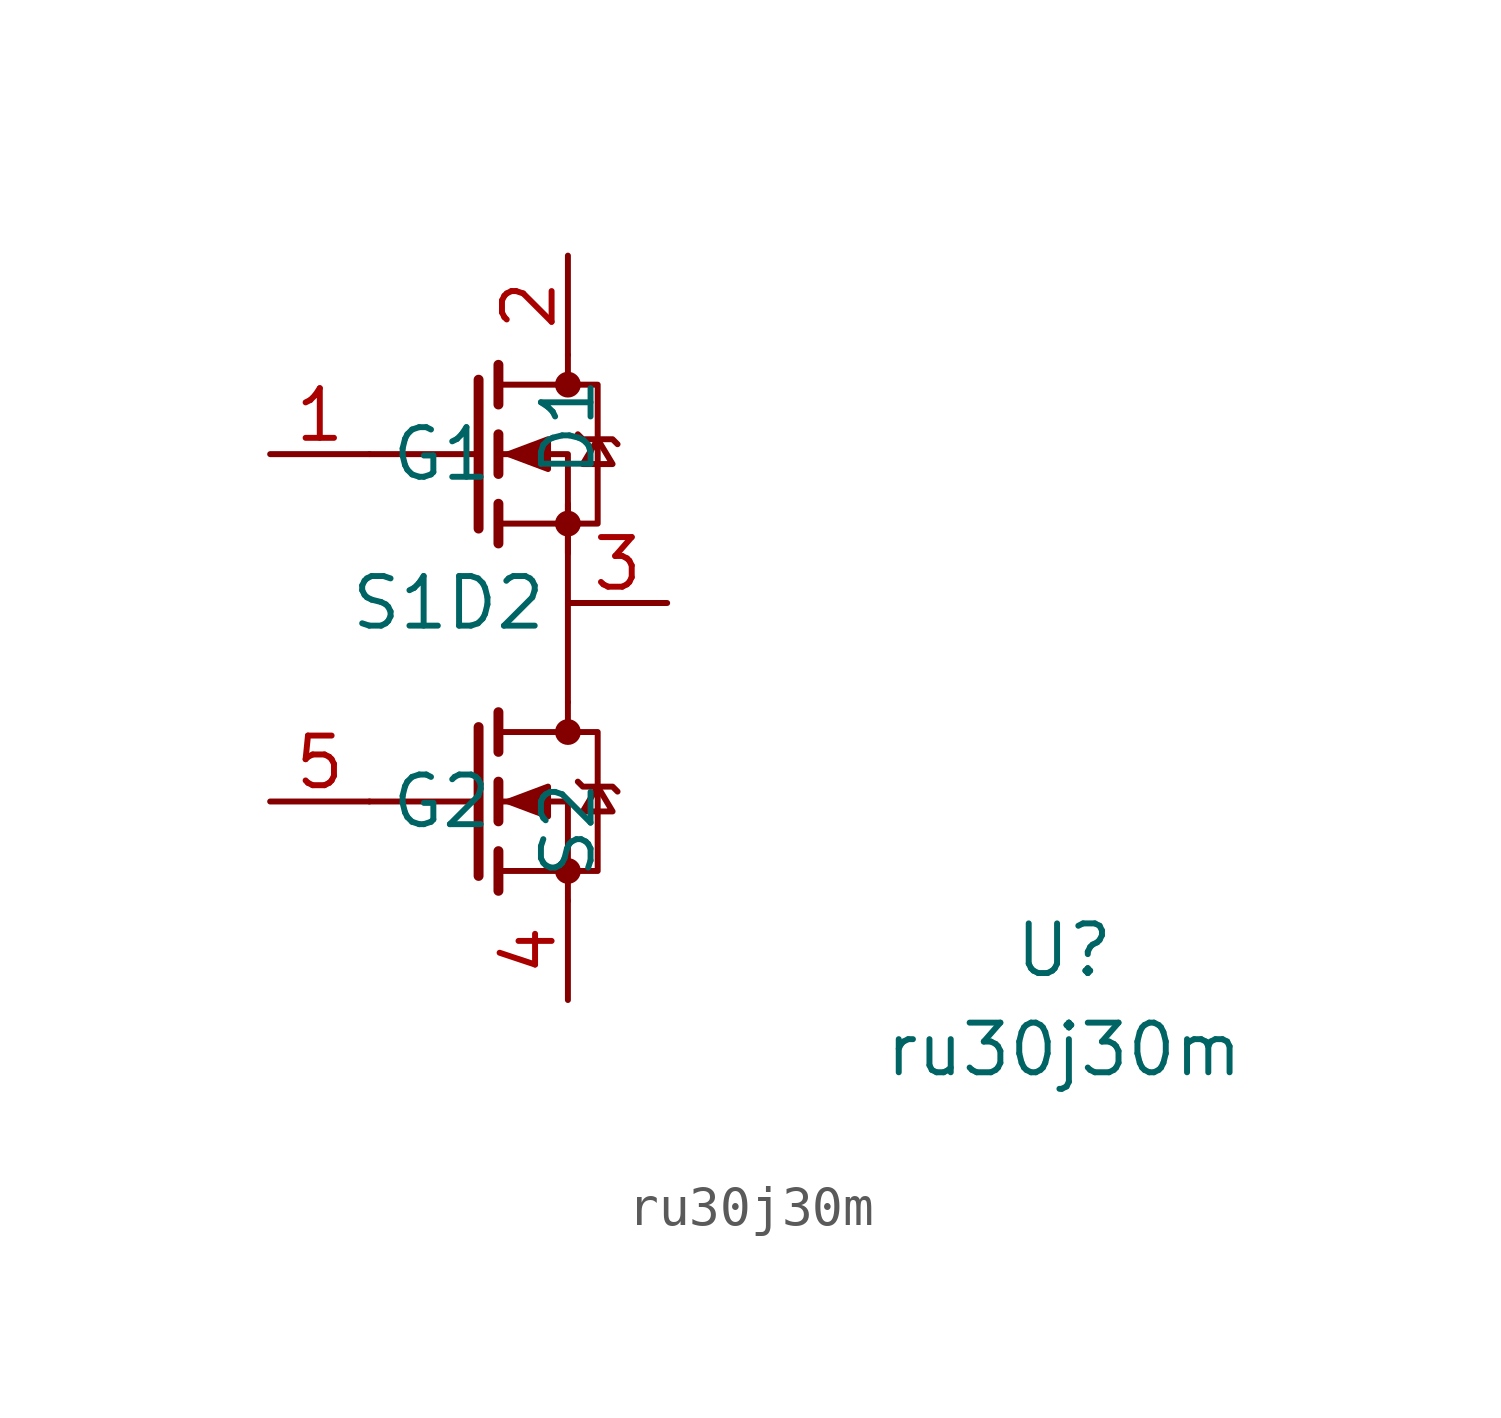
<source format=kicad_sym>
(kicad_symbol_lib
  (version 20211014)
  (generator kicad_symbol_editor)
  (symbol "ru30j30m"
    (property "Reference" "U"
      (at 12.7 -5.08 0)
      (effects (font (size 1.27 1.27))))
    (property "Value" "ru30j30m"
      (at 12.7 -7.62 0)
      (effects (font (size 1.27 1.27))))
    (symbol "ru30j30m_0_1"
      (circle (center 0 -3.048) (radius 0.254) (stroke (width 0) (type default) (color 0 0 0 0)) (fill (type outline)))
      (polyline (pts (xy -2.286 -1.27) (xy -5.08 -1.27)) (stroke (width 0) (type default) (color 0 0 0 0)) (fill (type none)))
      (polyline (pts (xy -2.286 0.635) (xy -2.286 -3.175)) (stroke (width 0.254) (type default) (color 0 0 0 0)) (fill (type none)))
      (polyline (pts (xy -2.286 7.62) (xy -5.08 7.62)) (stroke (width 0) (type default) (color 0 0 0 0)) (fill (type none)))
      (polyline (pts (xy -2.286 9.525) (xy -2.286 5.715)) (stroke (width 0.254) (type default) (color 0 0 0 0)) (fill (type none)))
      (polyline (pts (xy -1.778 -2.54) (xy -1.778 -3.556)) (stroke (width 0.254) (type default) (color 0 0 0 0)) (fill (type none)))
      (polyline (pts (xy -1.778 -0.762) (xy -1.778 -1.778)) (stroke (width 0.254) (type default) (color 0 0 0 0)) (fill (type none)))
      (polyline (pts (xy -1.778 1.016) (xy -1.778 0)) (stroke (width 0.254) (type default) (color 0 0 0 0)) (fill (type none)))
      (polyline (pts (xy -1.778 6.35) (xy -1.778 5.334)) (stroke (width 0.254) (type default) (color 0 0 0 0)) (fill (type none)))
      (polyline (pts (xy -1.778 8.128) (xy -1.778 7.112)) (stroke (width 0.254) (type default) (color 0 0 0 0)) (fill (type none)))
      (polyline (pts (xy -1.778 9.906) (xy -1.778 8.89)) (stroke (width 0.254) (type default) (color 0 0 0 0)) (fill (type none)))
      (polyline (pts (xy 0 1.27) (xy 0 0.508)) (stroke (width 0) (type default) (color 0 0 0 0)) (fill (type none)))
      (polyline (pts (xy 0 6.35) (xy 0 1.27)) (stroke (width 0) (type default) (color 0 0 0 0)) (fill (type none)))
      (polyline (pts (xy 0 10.16) (xy 0 9.398)) (stroke (width 0) (type default) (color 0 0 0 0)) (fill (type none)))
      (polyline (pts (xy 0 -3.81) (xy 0 -1.27) (xy -1.778 -1.27)) (stroke (width 0) (type default) (color 0 0 0 0)) (fill (type none)))
      (polyline (pts (xy 0 5.08) (xy 0 7.62) (xy -1.778 7.62)) (stroke (width 0) (type default) (color 0 0 0 0)) (fill (type none)))
      (polyline (pts (xy -1.778 -3.048) (xy 0.762 -3.048) (xy 0.762 0.508) (xy -1.778 0.508)) (stroke (width 0) (type default) (color 0 0 0 0)) (fill (type none)))
      (polyline (pts (xy -1.778 5.842) (xy 0.762 5.842) (xy 0.762 9.398) (xy -1.778 9.398)) (stroke (width 0) (type default) (color 0 0 0 0)) (fill (type none)))
      (polyline (pts (xy -1.524 -1.27) (xy -0.508 -0.889) (xy -0.508 -1.651) (xy -1.524 -1.27)) (stroke (width 0) (type default) (color 0 0 0 0)) (fill (type outline)))
      (polyline (pts (xy -1.524 7.62) (xy -0.508 8.001) (xy -0.508 7.239) (xy -1.524 7.62)) (stroke (width 0) (type default) (color 0 0 0 0)) (fill (type outline)))
      (polyline (pts (xy 0.254 -0.762) (xy 0.381 -0.889) (xy 1.143 -0.889) (xy 1.27 -1.016)) (stroke (width 0) (type default) (color 0 0 0 0)) (fill (type none)))
      (polyline (pts (xy 0.254 8.128) (xy 0.381 8.001) (xy 1.143 8.001) (xy 1.27 7.874)) (stroke (width 0) (type default) (color 0 0 0 0)) (fill (type none)))
      (polyline (pts (xy 0.762 -0.889) (xy 0.381 -1.524) (xy 1.143 -1.524) (xy 0.762 -0.889)) (stroke (width 0) (type default) (color 0 0 0 0)) (fill (type none)))
      (polyline (pts (xy 0.762 8.001) (xy 0.381 7.366) (xy 1.143 7.366) (xy 0.762 8.001)) (stroke (width 0) (type default) (color 0 0 0 0)) (fill (type none)))
      (circle (center 0 0.508) (radius 0.254) (stroke (width 0) (type default) (color 0 0 0 0)) (fill (type outline)))
      (circle (center 0 5.842) (radius 0.254) (stroke (width 0) (type default) (color 0 0 0 0)) (fill (type outline)))
      (circle (center 0 9.398) (radius 0.254) (stroke (width 0) (type default) (color 0 0 0 0)) (fill (type outline))))
    (symbol "ru30j30m_1_1"
      (pin input line (at -7.62 7.62 0) (length 2.54) (name "G1" (effects (font (size 1.27 1.27)))) (number "1" (effects (font (size 1.27 1.27)))))
      (pin passive line (at 0 12.7 270) (length 2.54) (name "D1" (effects (font (size 1.27 1.27)))) (number "2" (effects (font (size 1.27 1.27)))))
      (pin output line (at 2.54 3.81 180) (length 2.54) (name "S1D2" (effects (font (size 1.27 1.27)))) (number "3" (effects (font (size 1.27 1.27)))))
      (pin passive line (at 0 -6.35 90) (length 2.54) (name "S2" (effects (font (size 1.27 1.27)))) (number "4" (effects (font (size 1.27 1.27)))))
      (pin input line (at -7.62 -1.27 0) (length 2.54) (name "G2" (effects (font (size 1.27 1.27)))) (number "5" (effects (font (size 1.27 1.27))))))))
</source>
